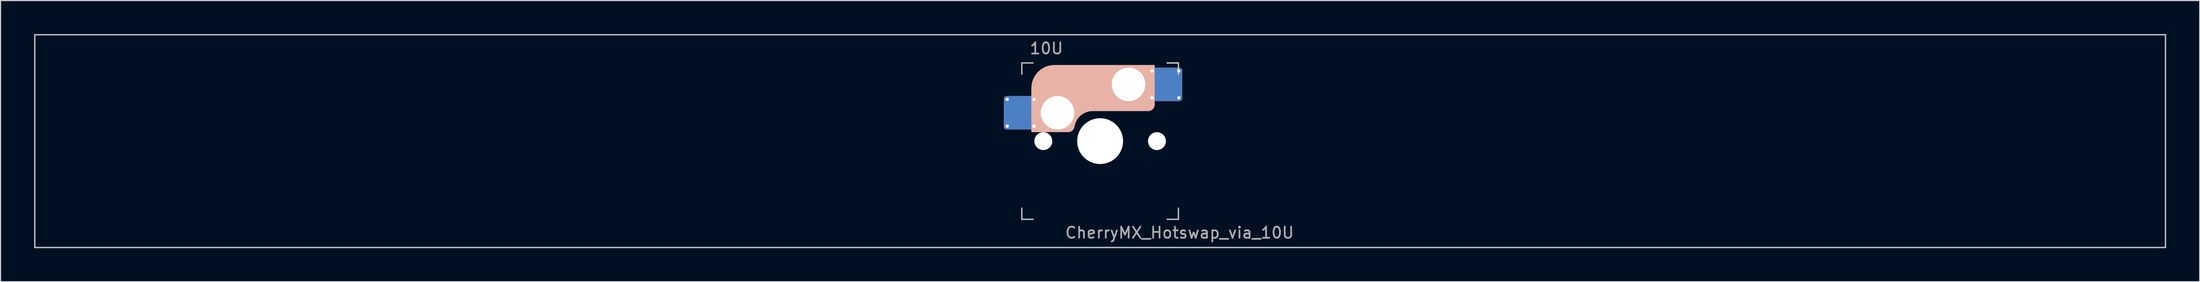
<source format=kicad_pcb>
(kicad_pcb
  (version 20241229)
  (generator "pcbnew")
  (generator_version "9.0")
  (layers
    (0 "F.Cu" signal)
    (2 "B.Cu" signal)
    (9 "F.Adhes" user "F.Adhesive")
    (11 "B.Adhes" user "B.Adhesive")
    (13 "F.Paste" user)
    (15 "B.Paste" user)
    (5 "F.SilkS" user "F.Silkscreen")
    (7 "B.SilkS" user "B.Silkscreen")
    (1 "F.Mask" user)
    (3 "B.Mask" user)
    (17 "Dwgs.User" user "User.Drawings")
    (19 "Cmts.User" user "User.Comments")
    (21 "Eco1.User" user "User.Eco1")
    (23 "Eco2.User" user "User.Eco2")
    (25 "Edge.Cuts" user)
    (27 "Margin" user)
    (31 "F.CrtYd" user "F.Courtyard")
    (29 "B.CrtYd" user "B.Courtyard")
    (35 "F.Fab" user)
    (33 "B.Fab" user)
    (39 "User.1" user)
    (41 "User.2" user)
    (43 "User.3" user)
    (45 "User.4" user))
  (footprint "CherryMX_Hotswap_via_10U"
    (layer "F.Cu")
    (at 95.31 9.585)
    (property "Reference" "CherryMX_Hotswap_via_10U" (at 7.1 8.2 0) (layer "F.Fab") (effects (font (size 1 1) (thickness 0.15))))
    (attr through_hole)
    (fp_line (start -8.11 -1.74) (end -8.11 -3.34) (stroke (width 0.12) (type solid)) (layer "B.Mask"))
    (fp_line (start -7.91 -3.54) (end -6.31 -3.54) (stroke (width 0.12) (type solid)) (layer "B.Mask"))
    (fp_line (start -6.31 -1.54) (end -7.91 -1.54) (stroke (width 0.12) (type solid)) (layer "B.Mask"))
    (fp_line (start -6.11 -3.34) (end -6.11 -1.74) (stroke (width 0.12) (type solid)) (layer "B.Mask"))
    (fp_line (start 4.84 -5.88) (end 4.84 -4.28) (stroke (width 0.12) (type solid)) (layer "B.Mask"))
    (fp_line (start 5.04 -6.08) (end 6.64 -6.08) (stroke (width 0.12) (type solid)) (layer "B.Mask"))
    (fp_line (start 5.04 -4.08) (end 6.64 -4.08) (stroke (width 0.12) (type solid)) (layer "B.Mask"))
    (fp_line (start 6.84 -4.28) (end 6.84 -5.88) (stroke (width 0.12) (type solid)) (layer "B.Mask"))
    (fp_arc (start -8.11 -3.34) (mid -8.051421 -3.481421) (end -7.91 -3.54) (stroke (width 0.12) (type solid)) (layer "B.Mask"))
    (fp_arc (start -7.91 -1.54) (mid -8.051421 -1.598579) (end -8.11 -1.74) (stroke (width 0.12) (type solid)) (layer "B.Mask"))
    (fp_arc (start -6.31 -3.54) (mid -6.168579 -3.481421) (end -6.11 -3.34) (stroke (width 0.12) (type solid)) (layer "B.Mask"))
    (fp_arc (start -6.11 -1.74) (mid -6.168579 -1.598579) (end -6.31 -1.54) (stroke (width 0.12) (type solid)) (layer "B.Mask"))
    (fp_arc (start 4.84 -5.88) (mid 4.898579 -6.021421) (end 5.04 -6.08) (stroke (width 0.12) (type solid)) (layer "B.Mask"))
    (fp_arc (start 5.04 -4.08) (mid 4.898579 -4.138579) (end 4.84 -4.28) (stroke (width 0.12) (type solid)) (layer "B.Mask"))
    (fp_arc (start 6.64 -6.08) (mid 6.781421 -6.021421) (end 6.84 -5.88) (stroke (width 0.12) (type solid)) (layer "B.Mask"))
    (fp_arc (start 6.84 -4.28) (mid 6.781421 -4.138579) (end 6.64 -4.08) (stroke (width 0.12) (type solid)) (layer "B.Mask"))
    (fp_poly (pts (xy -6.11 -3.34) (xy -6.11 -1.74) (xy -6.31 -1.54) (xy -7.91 -1.54) (xy -8.11 -1.74) (xy -8.11 -3.34) (xy -7.91 -3.54) (xy -6.31 -3.54)) (stroke (width 0.1) (type solid)) (fill yes) (layer "B.Mask"))
    (fp_poly (pts (xy 6.84 -5.88) (xy 6.84 -4.28) (xy 6.64 -4.08) (xy 5.04 -4.08) (xy 4.84 -4.28) (xy 4.84 -5.88) (xy 5.04 -6.08) (xy 6.64 -6.08)) (stroke (width 0.1) (type solid)) (fill yes) (layer "B.Mask"))
    (fp_line (start -6.085 -0.865) (end -6.085 -4.755) (stroke (width 0.12) (type solid)) (layer "B.SilkS"))
    (fp_line (start -4.085 -6.755) (end 4.815 -6.755) (stroke (width 0.12) (type solid)) (layer "B.SilkS"))
    (fp_line (start -2.852 -0.865) (end -6.085 -0.865) (stroke (width 0.12) (type solid)) (layer "B.SilkS"))
    (fp_line (start -0.635 -2.755) (end 4.315 -2.755) (stroke (width 0.12) (type solid)) (layer "B.SilkS"))
    (fp_line (start 4.815 -6.755) (end 4.815 -3.255) (stroke (width 0.12) (type solid)) (layer "B.SilkS"))
    (fp_arc (start -6.085 -4.755) (mid -5.499214 -6.169214) (end -4.085 -6.755) (stroke (width 0.12) (type solid)) (layer "B.SilkS"))
    (fp_arc (start -2.360959 -1.278326) (mid -1.770727 -2.335454) (end -0.635 -2.755) (stroke (width 0.12) (type solid)) (layer "B.SilkS"))
    (fp_arc (start -2.36 -1.278176) (mid -2.53101 -0.981978) (end -2.852404 -0.865) (stroke (width 0.12) (type solid)) (layer "B.SilkS"))
    (fp_arc (start 4.815 -3.255) (mid 4.668553 -2.901447) (end 4.315 -2.755) (stroke (width 0.12) (type solid)) (layer "B.SilkS"))
    (fp_poly (pts (xy 4.815 -3.255) (xy 4.633 -2.937) (xy 4.315 -2.755) (xy -0.635 -2.755) (xy -1.259 -2.696) (xy -1.805 -2.376) (xy -2.207 -1.885) (xy -2.361 -1.278) (xy -2.563 -1.02) (xy -2.852 -0.865) (xy -6.085 -0.865) (xy -6.085 -4.755) (xy -5.887 -5.501) (xy -5.464 -6.134) (xy -4.831 -6.557) (xy -4.085 -6.755) (xy 4.815 -6.755)) (stroke (width 0.1) (type solid)) (fill yes) (layer "B.SilkS"))
    (fp_line (start -8.11 -1.74) (end -8.11 -3.34) (stroke (width 0.12) (type solid)) (layer "B.Paste"))
    (fp_line (start -7.91 -3.54) (end -6.31 -3.54) (stroke (width 0.12) (type solid)) (layer "B.Paste"))
    (fp_line (start -6.31 -1.54) (end -7.91 -1.54) (stroke (width 0.12) (type solid)) (layer "B.Paste"))
    (fp_line (start -6.11 -3.34) (end -6.11 -1.74) (stroke (width 0.12) (type solid)) (layer "B.Paste"))
    (fp_line (start 4.84 -5.88) (end 4.84 -4.28) (stroke (width 0.12) (type solid)) (layer "B.Paste"))
    (fp_line (start 5.04 -6.08) (end 6.64 -6.08) (stroke (width 0.12) (type solid)) (layer "B.Paste"))
    (fp_line (start 5.04 -4.08) (end 6.64 -4.08) (stroke (width 0.12) (type solid)) (layer "B.Paste"))
    (fp_line (start 6.84 -4.28) (end 6.84 -5.88) (stroke (width 0.12) (type solid)) (layer "B.Paste"))
    (fp_arc (start -8.11 -3.34) (mid -8.051421 -3.481421) (end -7.91 -3.54) (stroke (width 0.12) (type solid)) (layer "B.Paste"))
    (fp_arc (start -7.91 -1.54) (mid -8.051421 -1.598579) (end -8.11 -1.74) (stroke (width 0.12) (type solid)) (layer "B.Paste"))
    (fp_arc (start -6.31 -3.54) (mid -6.168579 -3.481421) (end -6.11 -3.34) (stroke (width 0.12) (type solid)) (layer "B.Paste"))
    (fp_arc (start -6.11 -1.74) (mid -6.168579 -1.598579) (end -6.31 -1.54) (stroke (width 0.12) (type solid)) (layer "B.Paste"))
    (fp_arc (start 4.84 -5.88) (mid 4.898579 -6.021421) (end 5.04 -6.08) (stroke (width 0.12) (type solid)) (layer "B.Paste"))
    (fp_arc (start 5.04 -4.08) (mid 4.898579 -4.138579) (end 4.84 -4.28) (stroke (width 0.12) (type solid)) (layer "B.Paste"))
    (fp_arc (start 6.64 -6.08) (mid 6.781421 -6.021421) (end 6.84 -5.88) (stroke (width 0.12) (type solid)) (layer "B.Paste"))
    (fp_arc (start 6.84 -4.28) (mid 6.781421 -4.138579) (end 6.64 -4.08) (stroke (width 0.12) (type solid)) (layer "B.Paste"))
    (fp_poly (pts (xy -6.11 -3.34) (xy -6.11 -1.74) (xy -6.31 -1.54) (xy -7.91 -1.54) (xy -8.11 -1.74) (xy -8.11 -3.34) (xy -7.91 -3.54) (xy -6.31 -3.54)) (stroke (width 0.1) (type solid)) (fill yes) (layer "B.Paste"))
    (fp_poly (pts (xy 6.84 -5.88) (xy 6.84 -4.28) (xy 6.64 -4.08) (xy 5.04 -4.08) (xy 4.84 -4.28) (xy 4.84 -5.88) (xy 5.04 -6.08) (xy 6.64 -6.08)) (stroke (width 0.1) (type solid)) (fill yes) (layer "B.Paste"))
    (fp_line (start -95.25 -9.525) (end 95.25 -9.525) (stroke (width 0.12) (type solid)) (layer "Dwgs.User"))
    (fp_line (start -95.25 9.525) (end -95.25 -9.525) (stroke (width 0.12) (type solid)) (layer "Dwgs.User"))
    (fp_line (start -7 -7) (end -7 -6) (stroke (width 0.12) (type solid)) (layer "Dwgs.User"))
    (fp_line (start -7 -7) (end -6 -7) (stroke (width 0.12) (type solid)) (layer "Dwgs.User"))
    (fp_line (start -7 7) (end -7 6) (stroke (width 0.12) (type solid)) (layer "Dwgs.User"))
    (fp_line (start -7 7) (end -6 7) (stroke (width 0.12) (type solid)) (layer "Dwgs.User"))
    (fp_line (start 6 -7) (end 7 -7) (stroke (width 0.12) (type solid)) (layer "Dwgs.User"))
    (fp_line (start 7 -7) (end 6 -7) (stroke (width 0.12) (type solid)) (layer "Dwgs.User"))
    (fp_line (start 7 -7) (end 7 -6) (stroke (width 0.12) (type solid)) (layer "Dwgs.User"))
    (fp_line (start 7 7) (end 6 7) (stroke (width 0.12) (type solid)) (layer "Dwgs.User"))
    (fp_line (start 7 7) (end 7 6) (stroke (width 0.12) (type solid)) (layer "Dwgs.User"))
    (fp_line (start 95.25 -9.525) (end 95.25 9.525) (stroke (width 0.12) (type solid)) (layer "Dwgs.User"))
    (fp_line (start 95.25 9.525) (end -95.25 9.525) (stroke (width 0.12) (type solid)) (layer "Dwgs.User"))
    (fp_text user "10U" (at -4.8 -8.3 0) (layer "F.Fab") (effects (font (size 1 1) (thickness 0.15))))
    (pad "" np_thru_hole circle (at -5.08 0) (size 1.6 1.6) (drill 1.6) (layers "*.Cu" "*.Mask"))
    (pad "" np_thru_hole circle (at -3.81 -2.54) (size 3 3) (drill 3) (layers "*.Cu" "*.Mask"))
    (pad "" np_thru_hole circle (at 0 0) (size 4.1 4.1) (drill 4.1) (layers "*.Cu" "*.Mask"))
    (pad "" np_thru_hole circle (at 2.54 -5.08) (size 3 3) (drill 3) (layers "*.Cu" "*.Mask"))
    (pad "" np_thru_hole circle (at 5.08 0) (size 1.6 1.6) (drill 1.6) (layers "*.Cu" "*.Mask"))
    (pad "1" thru_hole circle (at -8.31 -3.74) (size 0.5 0.5) (drill 0.3) (layers "*.Cu"))
    (pad "1" thru_hole circle (at -8.31 -1.34) (size 0.5 0.5) (drill 0.3) (layers "*.Cu"))
    (pad "1" smd roundrect (at -7.11 -2.54) (size 3 3) (layers "F.Cu") (roundrect_rratio 0.083))
    (pad "1" smd roundrect (at -7.11 -2.54 180) (size 3 3) (layers "B.Cu") (roundrect_rratio 0.083))
    (pad "1" thru_hole circle (at -5.91 -3.74) (size 0.5 0.5) (drill 0.3) (layers "*.Cu"))
    (pad "1" thru_hole circle (at -5.91 -1.34) (size 0.5 0.5) (drill 0.3) (layers "*.Cu"))
    (pad "2" thru_hole circle (at 4.64 -6.28 180) (size 0.5 0.5) (drill 0.3) (layers "*.Cu"))
    (pad "2" thru_hole circle (at 4.64 -3.88 180) (size 0.5 0.5) (drill 0.3) (layers "*.Cu"))
    (pad "2" smd roundrect (at 5.84 -5.08 180) (size 3 3) (layers "F.Cu") (roundrect_rratio 0.083))
    (pad "2" smd roundrect (at 5.84 -5.08 180) (size 3 3) (layers "B.Cu") (roundrect_rratio 0.083))
    (pad "2" thru_hole circle (at 7.04 -6.28 180) (size 0.5 0.5) (drill 0.3) (layers "*.Cu"))
    (pad "2" thru_hole circle (at 7.04 -3.88 180) (size 0.5 0.5) (drill 0.3) (layers "*.Cu")))
  (gr_rect
    (start -3 -3)
    (end 193.62 22.17)
    (stroke (width 0.1) (type default))
    (fill no)
    (layer "Edge.Cuts")))
</source>
